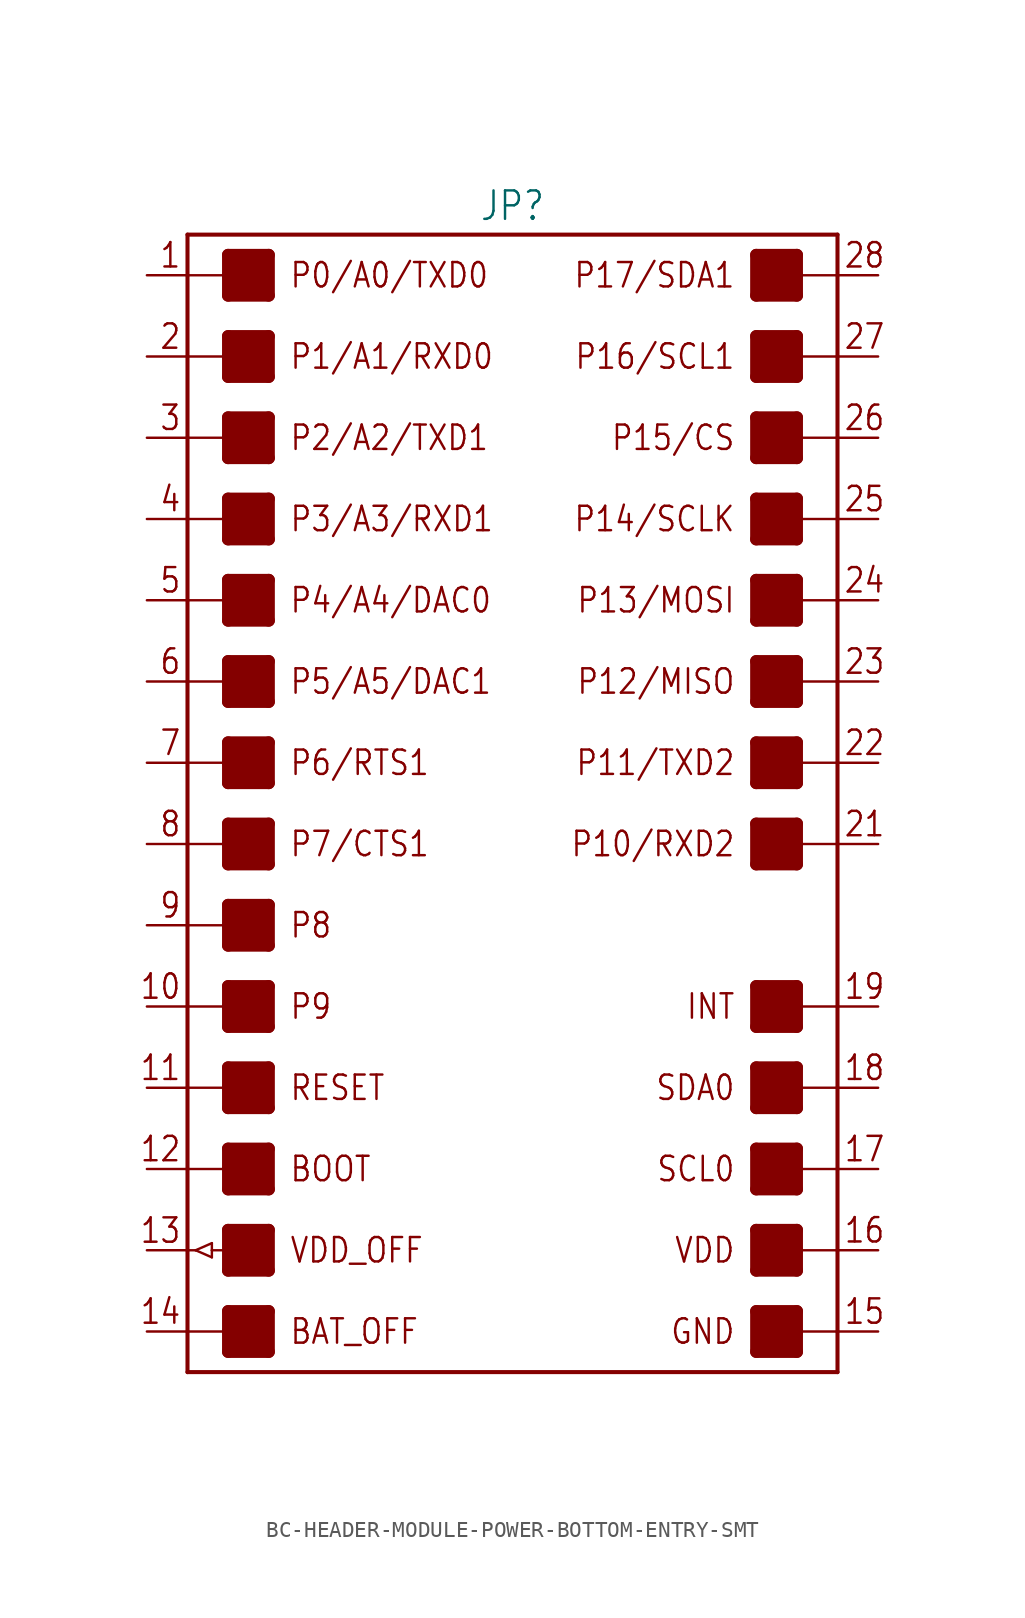
<source format=kicad_sym>
(kicad_symbol_lib
  (version 20231120)
  (generator "kicad_symbol_editor")
  (generator_version "8.0")
  (symbol "BC-HEADER-MODULE-POWER-BOTTOM-ENTRY-SMT"
    (property "Reference" "JP"
      (at 0 36.322 0)
      (effects (font (size 1.778 1.511)) (justify bottom)))
    (property "Value" ""
      (at 0 -36.322 0)
      (effects (font (size 1.778 1.511)) (justify top)))
    (property "ki_locked" ""
      (at 0 0 0)
      (effects (font (size 1.27 1.27))))
    (symbol "BC-HEADER-MODULE-POWER-BOTTOM-ENTRY-SMT_1_0"
      (rectangle (start -17.78 -34.29) (end -15.24 -31.75) (stroke (width 0) (type default)) (fill (type outline)))
      (rectangle (start -17.78 -29.21) (end -15.24 -26.67) (stroke (width 0) (type default)) (fill (type outline)))
      (rectangle (start -17.78 -24.13) (end -15.24 -21.59) (stroke (width 0) (type default)) (fill (type outline)))
      (rectangle (start -17.78 -19.05) (end -15.24 -16.51) (stroke (width 0) (type default)) (fill (type outline)))
      (rectangle (start -17.78 -13.97) (end -15.24 -11.43) (stroke (width 0) (type default)) (fill (type outline)))
      (rectangle (start -17.78 -8.89) (end -15.24 -6.35) (stroke (width 0) (type default)) (fill (type outline)))
      (rectangle (start -17.78 -3.81) (end -15.24 -1.27) (stroke (width 0) (type default)) (fill (type outline)))
      (rectangle (start -17.78 1.27) (end -15.24 3.81) (stroke (width 0) (type default)) (fill (type outline)))
      (rectangle (start -17.78 6.35) (end -15.24 8.89) (stroke (width 0) (type default)) (fill (type outline)))
      (rectangle (start -17.78 11.43) (end -15.24 13.97) (stroke (width 0) (type default)) (fill (type outline)))
      (rectangle (start -17.78 16.51) (end -15.24 19.05) (stroke (width 0) (type default)) (fill (type outline)))
      (rectangle (start -17.78 21.59) (end -15.24 24.13) (stroke (width 0) (type default)) (fill (type outline)))
      (rectangle (start -17.78 26.67) (end -15.24 29.21) (stroke (width 0) (type default)) (fill (type outline)))
      (rectangle (start -17.78 31.75) (end -15.24 34.29) (stroke (width 0) (type default)) (fill (type outline)))
      (polyline (pts (xy -20.32 -33.02) (xy -20.32 -35.56)) (stroke (width 0.254) (type solid)) (fill (type none)))
      (polyline (pts (xy -20.32 -33.02) (xy -17.78 -33.02)) (stroke (width 0.152) (type solid)) (fill (type none)))
      (polyline (pts (xy -20.32 -27.94) (xy -20.32 -33.02)) (stroke (width 0.254) (type solid)) (fill (type none)))
      (polyline (pts (xy -20.32 -27.94) (xy -19.812 -27.94)) (stroke (width 0.152) (type solid)) (fill (type none)))
      (polyline (pts (xy -20.32 -22.86) (xy -20.32 -27.94)) (stroke (width 0.254) (type solid)) (fill (type none)))
      (polyline (pts (xy -20.32 -22.86) (xy -17.78 -22.86)) (stroke (width 0.152) (type solid)) (fill (type none)))
      (polyline (pts (xy -20.32 -17.78) (xy -20.32 -22.86)) (stroke (width 0.254) (type solid)) (fill (type none)))
      (polyline (pts (xy -20.32 -17.78) (xy -17.78 -17.78)) (stroke (width 0.152) (type solid)) (fill (type none)))
      (polyline (pts (xy -20.32 -12.7) (xy -20.32 -17.78)) (stroke (width 0.254) (type solid)) (fill (type none)))
      (polyline (pts (xy -20.32 -12.7) (xy -17.78 -12.7)) (stroke (width 0.152) (type solid)) (fill (type none)))
      (polyline (pts (xy -20.32 -7.62) (xy -20.32 -12.7)) (stroke (width 0.254) (type solid)) (fill (type none)))
      (polyline (pts (xy -20.32 -7.62) (xy -17.78 -7.62)) (stroke (width 0.152) (type solid)) (fill (type none)))
      (polyline (pts (xy -20.32 -2.54) (xy -20.32 -7.62)) (stroke (width 0.254) (type solid)) (fill (type none)))
      (polyline (pts (xy -20.32 -2.54) (xy -17.78 -2.54)) (stroke (width 0.152) (type solid)) (fill (type none)))
      (polyline (pts (xy -20.32 2.54) (xy -20.32 -2.54)) (stroke (width 0.254) (type solid)) (fill (type none)))
      (polyline (pts (xy -20.32 2.54) (xy -17.78 2.54)) (stroke (width 0.152) (type solid)) (fill (type none)))
      (polyline (pts (xy -20.32 7.62) (xy -20.32 2.54)) (stroke (width 0.254) (type solid)) (fill (type none)))
      (polyline (pts (xy -20.32 7.62) (xy -17.78 7.62)) (stroke (width 0.152) (type solid)) (fill (type none)))
      (polyline (pts (xy -20.32 12.7) (xy -20.32 7.62)) (stroke (width 0.254) (type solid)) (fill (type none)))
      (polyline (pts (xy -20.32 12.7) (xy -17.78 12.7)) (stroke (width 0.152) (type solid)) (fill (type none)))
      (polyline (pts (xy -20.32 17.78) (xy -20.32 12.7)) (stroke (width 0.254) (type solid)) (fill (type none)))
      (polyline (pts (xy -20.32 17.78) (xy -17.78 17.78)) (stroke (width 0.152) (type solid)) (fill (type none)))
      (polyline (pts (xy -20.32 22.86) (xy -20.32 17.78)) (stroke (width 0.254) (type solid)) (fill (type none)))
      (polyline (pts (xy -20.32 22.86) (xy -17.78 22.86)) (stroke (width 0.152) (type solid)) (fill (type none)))
      (polyline (pts (xy -20.32 27.94) (xy -20.32 22.86)) (stroke (width 0.254) (type solid)) (fill (type none)))
      (polyline (pts (xy -20.32 27.94) (xy -17.78 27.94)) (stroke (width 0.152) (type solid)) (fill (type none)))
      (polyline (pts (xy -20.32 33.02) (xy -20.32 27.94)) (stroke (width 0.254) (type solid)) (fill (type none)))
      (polyline (pts (xy -20.32 33.02) (xy -17.78 33.02)) (stroke (width 0.152) (type solid)) (fill (type none)))
      (polyline (pts (xy -20.32 35.56) (xy -20.32 33.02)) (stroke (width 0.254) (type solid)) (fill (type none)))
      (polyline (pts (xy -20.32 35.56) (xy 20.32 35.56)) (stroke (width 0.254) (type solid)) (fill (type none)))
      (polyline (pts (xy -19.812 -27.94) (xy -18.796 -27.495)) (stroke (width 0.152) (type solid)) (fill (type none)))
      (polyline (pts (xy -18.796 -28.384) (xy -19.812 -27.94)) (stroke (width 0.152) (type solid)) (fill (type none)))
      (polyline (pts (xy -18.796 -27.94) (xy -18.796 -28.384)) (stroke (width 0.152) (type solid)) (fill (type none)))
      (polyline (pts (xy -18.796 -27.495) (xy -18.796 -27.94)) (stroke (width 0.152) (type solid)) (fill (type none)))
      (polyline (pts (xy -17.78 -34.29) (xy -15.24 -34.29)) (stroke (width 0.762) (type solid)) (fill (type none)))
      (polyline (pts (xy -17.78 -33.02) (xy -17.78 -34.29)) (stroke (width 0.762) (type solid)) (fill (type none)))
      (polyline (pts (xy -17.78 -31.75) (xy -17.78 -33.02)) (stroke (width 0.762) (type solid)) (fill (type none)))
      (polyline (pts (xy -17.78 -31.75) (xy -15.24 -31.75)) (stroke (width 0.762) (type solid)) (fill (type none)))
      (polyline (pts (xy -17.78 -29.21) (xy -15.24 -29.21)) (stroke (width 0.762) (type solid)) (fill (type none)))
      (polyline (pts (xy -17.78 -26.67) (xy -17.78 -29.21)) (stroke (width 0.762) (type solid)) (fill (type none)))
      (polyline (pts (xy -17.78 -26.67) (xy -15.24 -26.67)) (stroke (width 0.762) (type solid)) (fill (type none)))
      (polyline (pts (xy -17.78 -24.13) (xy -15.24 -24.13)) (stroke (width 0.762) (type solid)) (fill (type none)))
      (polyline (pts (xy -17.78 -22.86) (xy -17.78 -24.13)) (stroke (width 0.762) (type solid)) (fill (type none)))
      (polyline (pts (xy -17.78 -21.59) (xy -17.78 -22.86)) (stroke (width 0.762) (type solid)) (fill (type none)))
      (polyline (pts (xy -17.78 -21.59) (xy -15.24 -21.59)) (stroke (width 0.762) (type solid)) (fill (type none)))
      (polyline (pts (xy -17.78 -19.05) (xy -15.24 -19.05)) (stroke (width 0.762) (type solid)) (fill (type none)))
      (polyline (pts (xy -17.78 -17.78) (xy -17.78 -19.05)) (stroke (width 0.762) (type solid)) (fill (type none)))
      (polyline (pts (xy -17.78 -16.51) (xy -17.78 -17.78)) (stroke (width 0.762) (type solid)) (fill (type none)))
      (polyline (pts (xy -17.78 -16.51) (xy -15.24 -16.51)) (stroke (width 0.762) (type solid)) (fill (type none)))
      (polyline (pts (xy -17.78 -13.97) (xy -15.24 -13.97)) (stroke (width 0.762) (type solid)) (fill (type none)))
      (polyline (pts (xy -17.78 -12.7) (xy -17.78 -13.97)) (stroke (width 0.762) (type solid)) (fill (type none)))
      (polyline (pts (xy -17.78 -11.43) (xy -17.78 -12.7)) (stroke (width 0.762) (type solid)) (fill (type none)))
      (polyline (pts (xy -17.78 -11.43) (xy -15.24 -11.43)) (stroke (width 0.762) (type solid)) (fill (type none)))
      (polyline (pts (xy -17.78 -8.89) (xy -15.24 -8.89)) (stroke (width 0.762) (type solid)) (fill (type none)))
      (polyline (pts (xy -17.78 -7.62) (xy -17.78 -8.89)) (stroke (width 0.762) (type solid)) (fill (type none)))
      (polyline (pts (xy -17.78 -6.35) (xy -17.78 -7.62)) (stroke (width 0.762) (type solid)) (fill (type none)))
      (polyline (pts (xy -17.78 -6.35) (xy -15.24 -6.35)) (stroke (width 0.762) (type solid)) (fill (type none)))
      (polyline (pts (xy -17.78 -3.81) (xy -15.24 -3.81)) (stroke (width 0.762) (type solid)) (fill (type none)))
      (polyline (pts (xy -17.78 -2.54) (xy -17.78 -3.81)) (stroke (width 0.762) (type solid)) (fill (type none)))
      (polyline (pts (xy -17.78 -1.27) (xy -17.78 -2.54)) (stroke (width 0.762) (type solid)) (fill (type none)))
      (polyline (pts (xy -17.78 -1.27) (xy -15.24 -1.27)) (stroke (width 0.762) (type solid)) (fill (type none)))
      (polyline (pts (xy -17.78 1.27) (xy -15.24 1.27)) (stroke (width 0.762) (type solid)) (fill (type none)))
      (polyline (pts (xy -17.78 2.54) (xy -17.78 1.27)) (stroke (width 0.762) (type solid)) (fill (type none)))
      (polyline (pts (xy -17.78 3.81) (xy -17.78 2.54)) (stroke (width 0.762) (type solid)) (fill (type none)))
      (polyline (pts (xy -17.78 3.81) (xy -15.24 3.81)) (stroke (width 0.762) (type solid)) (fill (type none)))
      (polyline (pts (xy -17.78 6.35) (xy -15.24 6.35)) (stroke (width 0.762) (type solid)) (fill (type none)))
      (polyline (pts (xy -17.78 7.62) (xy -17.78 6.35)) (stroke (width 0.762) (type solid)) (fill (type none)))
      (polyline (pts (xy -17.78 8.89) (xy -17.78 7.62)) (stroke (width 0.762) (type solid)) (fill (type none)))
      (polyline (pts (xy -17.78 8.89) (xy -15.24 8.89)) (stroke (width 0.762) (type solid)) (fill (type none)))
      (polyline (pts (xy -17.78 11.43) (xy -15.24 11.43)) (stroke (width 0.762) (type solid)) (fill (type none)))
      (polyline (pts (xy -17.78 12.7) (xy -17.78 11.43)) (stroke (width 0.762) (type solid)) (fill (type none)))
      (polyline (pts (xy -17.78 13.97) (xy -17.78 12.7)) (stroke (width 0.762) (type solid)) (fill (type none)))
      (polyline (pts (xy -17.78 13.97) (xy -15.24 13.97)) (stroke (width 0.762) (type solid)) (fill (type none)))
      (polyline (pts (xy -17.78 16.51) (xy -15.24 16.51)) (stroke (width 0.762) (type solid)) (fill (type none)))
      (polyline (pts (xy -17.78 17.78) (xy -17.78 16.51)) (stroke (width 0.762) (type solid)) (fill (type none)))
      (polyline (pts (xy -17.78 19.05) (xy -17.78 17.78)) (stroke (width 0.762) (type solid)) (fill (type none)))
      (polyline (pts (xy -17.78 19.05) (xy -15.24 19.05)) (stroke (width 0.762) (type solid)) (fill (type none)))
      (polyline (pts (xy -17.78 21.59) (xy -15.24 21.59)) (stroke (width 0.762) (type solid)) (fill (type none)))
      (polyline (pts (xy -17.78 22.86) (xy -17.78 21.59)) (stroke (width 0.762) (type solid)) (fill (type none)))
      (polyline (pts (xy -17.78 24.13) (xy -17.78 22.86)) (stroke (width 0.762) (type solid)) (fill (type none)))
      (polyline (pts (xy -17.78 24.13) (xy -15.24 24.13)) (stroke (width 0.762) (type solid)) (fill (type none)))
      (polyline (pts (xy -17.78 26.67) (xy -15.24 26.67)) (stroke (width 0.762) (type solid)) (fill (type none)))
      (polyline (pts (xy -17.78 27.94) (xy -17.78 26.67)) (stroke (width 0.762) (type solid)) (fill (type none)))
      (polyline (pts (xy -17.78 29.21) (xy -17.78 27.94)) (stroke (width 0.762) (type solid)) (fill (type none)))
      (polyline (pts (xy -17.78 29.21) (xy -15.24 29.21)) (stroke (width 0.762) (type solid)) (fill (type none)))
      (polyline (pts (xy -17.78 31.75) (xy -15.24 31.75)) (stroke (width 0.762) (type solid)) (fill (type none)))
      (polyline (pts (xy -17.78 33.02) (xy -17.78 31.75)) (stroke (width 0.762) (type solid)) (fill (type none)))
      (polyline (pts (xy -17.78 34.29) (xy -17.78 33.02)) (stroke (width 0.762) (type solid)) (fill (type none)))
      (polyline (pts (xy -17.78 34.29) (xy -15.24 34.29)) (stroke (width 0.762) (type solid)) (fill (type none)))
      (polyline (pts (xy -16.51 -27.94) (xy -18.796 -27.94)) (stroke (width 0.152) (type solid)) (fill (type none)))
      (polyline (pts (xy -15.24 -34.29) (xy -15.24 -31.75)) (stroke (width 0.762) (type solid)) (fill (type none)))
      (polyline (pts (xy -15.24 -29.21) (xy -15.24 -26.67)) (stroke (width 0.762) (type solid)) (fill (type none)))
      (polyline (pts (xy -15.24 -24.13) (xy -15.24 -21.59)) (stroke (width 0.762) (type solid)) (fill (type none)))
      (polyline (pts (xy -15.24 -19.05) (xy -15.24 -16.51)) (stroke (width 0.762) (type solid)) (fill (type none)))
      (polyline (pts (xy -15.24 -13.97) (xy -15.24 -11.43)) (stroke (width 0.762) (type solid)) (fill (type none)))
      (polyline (pts (xy -15.24 -8.89) (xy -15.24 -6.35)) (stroke (width 0.762) (type solid)) (fill (type none)))
      (polyline (pts (xy -15.24 -3.81) (xy -15.24 -1.27)) (stroke (width 0.762) (type solid)) (fill (type none)))
      (polyline (pts (xy -15.24 1.27) (xy -15.24 3.81)) (stroke (width 0.762) (type solid)) (fill (type none)))
      (polyline (pts (xy -15.24 6.35) (xy -15.24 8.89)) (stroke (width 0.762) (type solid)) (fill (type none)))
      (polyline (pts (xy -15.24 11.43) (xy -15.24 13.97)) (stroke (width 0.762) (type solid)) (fill (type none)))
      (polyline (pts (xy -15.24 16.51) (xy -15.24 19.05)) (stroke (width 0.762) (type solid)) (fill (type none)))
      (polyline (pts (xy -15.24 21.59) (xy -15.24 24.13)) (stroke (width 0.762) (type solid)) (fill (type none)))
      (polyline (pts (xy -15.24 26.67) (xy -15.24 29.21)) (stroke (width 0.762) (type solid)) (fill (type none)))
      (polyline (pts (xy -15.24 31.75) (xy -15.24 34.29)) (stroke (width 0.762) (type solid)) (fill (type none)))
      (polyline (pts (xy 15.24 -34.29) (xy 17.78 -34.29)) (stroke (width 0.762) (type solid)) (fill (type none)))
      (polyline (pts (xy 15.24 -31.75) (xy 15.24 -34.29)) (stroke (width 0.762) (type solid)) (fill (type none)))
      (polyline (pts (xy 15.24 -31.75) (xy 17.78 -31.75)) (stroke (width 0.762) (type solid)) (fill (type none)))
      (polyline (pts (xy 15.24 -29.21) (xy 17.78 -29.21)) (stroke (width 0.762) (type solid)) (fill (type none)))
      (polyline (pts (xy 15.24 -26.67) (xy 15.24 -29.21)) (stroke (width 0.762) (type solid)) (fill (type none)))
      (polyline (pts (xy 15.24 -26.67) (xy 17.78 -26.67)) (stroke (width 0.762) (type solid)) (fill (type none)))
      (polyline (pts (xy 15.24 -24.13) (xy 17.78 -24.13)) (stroke (width 0.762) (type solid)) (fill (type none)))
      (polyline (pts (xy 15.24 -21.59) (xy 15.24 -24.13)) (stroke (width 0.762) (type solid)) (fill (type none)))
      (polyline (pts (xy 15.24 -21.59) (xy 17.78 -21.59)) (stroke (width 0.762) (type solid)) (fill (type none)))
      (polyline (pts (xy 15.24 -19.05) (xy 17.78 -19.05)) (stroke (width 0.762) (type solid)) (fill (type none)))
      (polyline (pts (xy 15.24 -16.51) (xy 15.24 -19.05)) (stroke (width 0.762) (type solid)) (fill (type none)))
      (polyline (pts (xy 15.24 -16.51) (xy 17.78 -16.51)) (stroke (width 0.762) (type solid)) (fill (type none)))
      (polyline (pts (xy 15.24 -13.97) (xy 17.78 -13.97)) (stroke (width 0.762) (type solid)) (fill (type none)))
      (polyline (pts (xy 15.24 -11.43) (xy 15.24 -13.97)) (stroke (width 0.762) (type solid)) (fill (type none)))
      (polyline (pts (xy 15.24 -11.43) (xy 17.78 -11.43)) (stroke (width 0.762) (type solid)) (fill (type none)))
      (polyline (pts (xy 15.24 -3.81) (xy 17.78 -3.81)) (stroke (width 0.762) (type solid)) (fill (type none)))
      (polyline (pts (xy 15.24 -1.27) (xy 15.24 -3.81)) (stroke (width 0.762) (type solid)) (fill (type none)))
      (polyline (pts (xy 15.24 -1.27) (xy 17.78 -1.27)) (stroke (width 0.762) (type solid)) (fill (type none)))
      (polyline (pts (xy 15.24 1.27) (xy 17.78 1.27)) (stroke (width 0.762) (type solid)) (fill (type none)))
      (polyline (pts (xy 15.24 3.81) (xy 15.24 1.27)) (stroke (width 0.762) (type solid)) (fill (type none)))
      (polyline (pts (xy 15.24 3.81) (xy 17.78 3.81)) (stroke (width 0.762) (type solid)) (fill (type none)))
      (polyline (pts (xy 15.24 6.35) (xy 17.78 6.35)) (stroke (width 0.762) (type solid)) (fill (type none)))
      (polyline (pts (xy 15.24 8.89) (xy 15.24 6.35)) (stroke (width 0.762) (type solid)) (fill (type none)))
      (polyline (pts (xy 15.24 8.89) (xy 17.78 8.89)) (stroke (width 0.762) (type solid)) (fill (type none)))
      (polyline (pts (xy 15.24 11.43) (xy 17.78 11.43)) (stroke (width 0.762) (type solid)) (fill (type none)))
      (polyline (pts (xy 15.24 13.97) (xy 15.24 11.43)) (stroke (width 0.762) (type solid)) (fill (type none)))
      (polyline (pts (xy 15.24 13.97) (xy 17.78 13.97)) (stroke (width 0.762) (type solid)) (fill (type none)))
      (polyline (pts (xy 15.24 16.51) (xy 17.78 16.51)) (stroke (width 0.762) (type solid)) (fill (type none)))
      (polyline (pts (xy 15.24 19.05) (xy 15.24 16.51)) (stroke (width 0.762) (type solid)) (fill (type none)))
      (polyline (pts (xy 15.24 19.05) (xy 17.78 19.05)) (stroke (width 0.762) (type solid)) (fill (type none)))
      (polyline (pts (xy 15.24 21.59) (xy 17.78 21.59)) (stroke (width 0.762) (type solid)) (fill (type none)))
      (polyline (pts (xy 15.24 24.13) (xy 15.24 21.59)) (stroke (width 0.762) (type solid)) (fill (type none)))
      (polyline (pts (xy 15.24 24.13) (xy 17.78 24.13)) (stroke (width 0.762) (type solid)) (fill (type none)))
      (polyline (pts (xy 15.24 26.67) (xy 17.78 26.67)) (stroke (width 0.762) (type solid)) (fill (type none)))
      (polyline (pts (xy 15.24 29.21) (xy 15.24 26.67)) (stroke (width 0.762) (type solid)) (fill (type none)))
      (polyline (pts (xy 15.24 29.21) (xy 17.78 29.21)) (stroke (width 0.762) (type solid)) (fill (type none)))
      (polyline (pts (xy 15.24 31.75) (xy 17.78 31.75)) (stroke (width 0.762) (type solid)) (fill (type none)))
      (polyline (pts (xy 15.24 34.29) (xy 15.24 31.75)) (stroke (width 0.762) (type solid)) (fill (type none)))
      (polyline (pts (xy 15.24 34.29) (xy 17.78 34.29)) (stroke (width 0.762) (type solid)) (fill (type none)))
      (polyline (pts (xy 17.78 -34.29) (xy 17.78 -33.02)) (stroke (width 0.762) (type solid)) (fill (type none)))
      (polyline (pts (xy 17.78 -33.02) (xy 17.78 -31.75)) (stroke (width 0.762) (type solid)) (fill (type none)))
      (polyline (pts (xy 17.78 -33.02) (xy 20.32 -33.02)) (stroke (width 0.152) (type solid)) (fill (type none)))
      (polyline (pts (xy 17.78 -29.21) (xy 17.78 -27.94)) (stroke (width 0.762) (type solid)) (fill (type none)))
      (polyline (pts (xy 17.78 -27.94) (xy 17.78 -26.67)) (stroke (width 0.762) (type solid)) (fill (type none)))
      (polyline (pts (xy 17.78 -27.94) (xy 20.32 -27.94)) (stroke (width 0.152) (type solid)) (fill (type none)))
      (polyline (pts (xy 17.78 -24.13) (xy 17.78 -22.86)) (stroke (width 0.762) (type solid)) (fill (type none)))
      (polyline (pts (xy 17.78 -22.86) (xy 17.78 -21.59)) (stroke (width 0.762) (type solid)) (fill (type none)))
      (polyline (pts (xy 17.78 -22.86) (xy 20.32 -22.86)) (stroke (width 0.152) (type solid)) (fill (type none)))
      (polyline (pts (xy 17.78 -19.05) (xy 17.78 -17.78)) (stroke (width 0.762) (type solid)) (fill (type none)))
      (polyline (pts (xy 17.78 -17.78) (xy 17.78 -16.51)) (stroke (width 0.762) (type solid)) (fill (type none)))
      (polyline (pts (xy 17.78 -17.78) (xy 20.32 -17.78)) (stroke (width 0.152) (type solid)) (fill (type none)))
      (polyline (pts (xy 17.78 -13.97) (xy 17.78 -12.7)) (stroke (width 0.762) (type solid)) (fill (type none)))
      (polyline (pts (xy 17.78 -12.7) (xy 17.78 -11.43)) (stroke (width 0.762) (type solid)) (fill (type none)))
      (polyline (pts (xy 17.78 -12.7) (xy 20.32 -12.7)) (stroke (width 0.152) (type solid)) (fill (type none)))
      (polyline (pts (xy 17.78 -3.81) (xy 17.78 -2.54)) (stroke (width 0.762) (type solid)) (fill (type none)))
      (polyline (pts (xy 17.78 -2.54) (xy 17.78 -1.27)) (stroke (width 0.762) (type solid)) (fill (type none)))
      (polyline (pts (xy 17.78 -2.54) (xy 20.32 -2.54)) (stroke (width 0.152) (type solid)) (fill (type none)))
      (polyline (pts (xy 17.78 1.27) (xy 17.78 2.54)) (stroke (width 0.762) (type solid)) (fill (type none)))
      (polyline (pts (xy 17.78 2.54) (xy 17.78 3.81)) (stroke (width 0.762) (type solid)) (fill (type none)))
      (polyline (pts (xy 17.78 2.54) (xy 20.32 2.54)) (stroke (width 0.152) (type solid)) (fill (type none)))
      (polyline (pts (xy 17.78 6.35) (xy 17.78 7.62)) (stroke (width 0.762) (type solid)) (fill (type none)))
      (polyline (pts (xy 17.78 7.62) (xy 17.78 8.89)) (stroke (width 0.762) (type solid)) (fill (type none)))
      (polyline (pts (xy 17.78 7.62) (xy 20.32 7.62)) (stroke (width 0.152) (type solid)) (fill (type none)))
      (polyline (pts (xy 17.78 11.43) (xy 17.78 12.7)) (stroke (width 0.762) (type solid)) (fill (type none)))
      (polyline (pts (xy 17.78 12.7) (xy 17.78 13.97)) (stroke (width 0.762) (type solid)) (fill (type none)))
      (polyline (pts (xy 17.78 12.7) (xy 20.32 12.7)) (stroke (width 0.152) (type solid)) (fill (type none)))
      (polyline (pts (xy 17.78 16.51) (xy 17.78 17.78)) (stroke (width 0.762) (type solid)) (fill (type none)))
      (polyline (pts (xy 17.78 17.78) (xy 17.78 19.05)) (stroke (width 0.762) (type solid)) (fill (type none)))
      (polyline (pts (xy 17.78 17.78) (xy 20.32 17.78)) (stroke (width 0.152) (type solid)) (fill (type none)))
      (polyline (pts (xy 17.78 21.59) (xy 17.78 22.86)) (stroke (width 0.762) (type solid)) (fill (type none)))
      (polyline (pts (xy 17.78 22.86) (xy 17.78 24.13)) (stroke (width 0.762) (type solid)) (fill (type none)))
      (polyline (pts (xy 17.78 22.86) (xy 20.32 22.86)) (stroke (width 0.152) (type solid)) (fill (type none)))
      (polyline (pts (xy 17.78 26.67) (xy 17.78 27.94)) (stroke (width 0.762) (type solid)) (fill (type none)))
      (polyline (pts (xy 17.78 27.94) (xy 17.78 29.21)) (stroke (width 0.762) (type solid)) (fill (type none)))
      (polyline (pts (xy 17.78 27.94) (xy 20.32 27.94)) (stroke (width 0.152) (type solid)) (fill (type none)))
      (polyline (pts (xy 17.78 31.75) (xy 17.78 33.02)) (stroke (width 0.762) (type solid)) (fill (type none)))
      (polyline (pts (xy 17.78 33.02) (xy 17.78 34.29)) (stroke (width 0.762) (type solid)) (fill (type none)))
      (polyline (pts (xy 17.78 33.02) (xy 20.32 33.02)) (stroke (width 0.152) (type solid)) (fill (type none)))
      (polyline (pts (xy 20.32 -35.56) (xy -20.32 -35.56)) (stroke (width 0.254) (type solid)) (fill (type none)))
      (polyline (pts (xy 20.32 -33.02) (xy 20.32 -35.56)) (stroke (width 0.254) (type solid)) (fill (type none)))
      (polyline (pts (xy 20.32 -27.94) (xy 20.32 -33.02)) (stroke (width 0.254) (type solid)) (fill (type none)))
      (polyline (pts (xy 20.32 -22.86) (xy 20.32 -27.94)) (stroke (width 0.254) (type solid)) (fill (type none)))
      (polyline (pts (xy 20.32 -17.78) (xy 20.32 -22.86)) (stroke (width 0.254) (type solid)) (fill (type none)))
      (polyline (pts (xy 20.32 -12.7) (xy 20.32 -17.78)) (stroke (width 0.254) (type solid)) (fill (type none)))
      (polyline (pts (xy 20.32 -2.54) (xy 20.32 -12.7)) (stroke (width 0.254) (type solid)) (fill (type none)))
      (polyline (pts (xy 20.32 2.54) (xy 20.32 -2.54)) (stroke (width 0.254) (type solid)) (fill (type none)))
      (polyline (pts (xy 20.32 7.62) (xy 20.32 2.54)) (stroke (width 0.254) (type solid)) (fill (type none)))
      (polyline (pts (xy 20.32 12.7) (xy 20.32 7.62)) (stroke (width 0.254) (type solid)) (fill (type none)))
      (polyline (pts (xy 20.32 17.78) (xy 20.32 12.7)) (stroke (width 0.254) (type solid)) (fill (type none)))
      (polyline (pts (xy 20.32 22.86) (xy 20.32 17.78)) (stroke (width 0.254) (type solid)) (fill (type none)))
      (polyline (pts (xy 20.32 27.94) (xy 20.32 22.86)) (stroke (width 0.254) (type solid)) (fill (type none)))
      (polyline (pts (xy 20.32 33.02) (xy 20.32 27.94)) (stroke (width 0.254) (type solid)) (fill (type none)))
      (polyline (pts (xy 20.32 35.56) (xy 20.32 33.02)) (stroke (width 0.254) (type solid)) (fill (type none)))
      (rectangle (start 15.24 -34.29) (end 17.78 -31.75) (stroke (width 0) (type default)) (fill (type outline)))
      (rectangle (start 15.24 -29.21) (end 17.78 -26.67) (stroke (width 0) (type default)) (fill (type outline)))
      (rectangle (start 15.24 -24.13) (end 17.78 -21.59) (stroke (width 0) (type default)) (fill (type outline)))
      (rectangle (start 15.24 -19.05) (end 17.78 -16.51) (stroke (width 0) (type default)) (fill (type outline)))
      (rectangle (start 15.24 -13.97) (end 17.78 -11.43) (stroke (width 0) (type default)) (fill (type outline)))
      (rectangle (start 15.24 -3.81) (end 17.78 -1.27) (stroke (width 0) (type default)) (fill (type outline)))
      (rectangle (start 15.24 1.27) (end 17.78 3.81) (stroke (width 0) (type default)) (fill (type outline)))
      (rectangle (start 15.24 6.35) (end 17.78 8.89) (stroke (width 0) (type default)) (fill (type outline)))
      (rectangle (start 15.24 11.43) (end 17.78 13.97) (stroke (width 0) (type default)) (fill (type outline)))
      (rectangle (start 15.24 16.51) (end 17.78 19.05) (stroke (width 0) (type default)) (fill (type outline)))
      (rectangle (start 15.24 21.59) (end 17.78 24.13) (stroke (width 0) (type default)) (fill (type outline)))
      (rectangle (start 15.24 26.67) (end 17.78 29.21) (stroke (width 0) (type default)) (fill (type outline)))
      (rectangle (start 15.24 31.75) (end 17.78 34.29) (stroke (width 0) (type default)) (fill (type outline)))
      (text "1" (at -20.676 33.376 0) (effects (font (size 1.524 1.295)) (justify right bottom)))
      (text "10" (at -20.676 -12.344 0) (effects (font (size 1.524 1.295)) (justify right bottom)))
      (text "11" (at -20.676 -17.424 0) (effects (font (size 1.524 1.295)) (justify right bottom)))
      (text "12" (at -20.676 -22.504 0) (effects (font (size 1.524 1.295)) (justify right bottom)))
      (text "13" (at -20.676 -27.6 0) (effects (font (size 1.524 1.295)) (justify right bottom)))
      (text "14" (at -20.676 -32.664 0) (effects (font (size 1.524 1.295)) (justify right bottom)))
      (text "15" (at 20.676 -32.664 0) (effects (font (size 1.524 1.295)) (justify left bottom)))
      (text "16" (at 20.676 -27.584 0) (effects (font (size 1.524 1.295)) (justify left bottom)))
      (text "17" (at 20.676 -22.504 0) (effects (font (size 1.524 1.295)) (justify left bottom)))
      (text "18" (at 20.676 -17.424 0) (effects (font (size 1.524 1.295)) (justify left bottom)))
      (text "19" (at 20.676 -12.344 0) (effects (font (size 1.524 1.295)) (justify left bottom)))
      (text "2" (at -20.676 28.296 0) (effects (font (size 1.524 1.295)) (justify right bottom)))
      (text "21" (at 20.676 -2.184 0) (effects (font (size 1.524 1.295)) (justify left bottom)))
      (text "22" (at 20.676 2.896 0) (effects (font (size 1.524 1.295)) (justify left bottom)))
      (text "23" (at 20.676 7.976 0) (effects (font (size 1.524 1.295)) (justify left bottom)))
      (text "24" (at 20.676 13.056 0) (effects (font (size 1.524 1.295)) (justify left bottom)))
      (text "25" (at 20.676 18.136 0) (effects (font (size 1.524 1.295)) (justify left bottom)))
      (text "26" (at 20.676 23.216 0) (effects (font (size 1.524 1.295)) (justify left bottom)))
      (text "27" (at 20.676 28.296 0) (effects (font (size 1.524 1.295)) (justify left bottom)))
      (text "28" (at 20.676 33.376 0) (effects (font (size 1.524 1.295)) (justify left bottom)))
      (text "3" (at -20.676 23.216 0) (effects (font (size 1.524 1.295)) (justify right bottom)))
      (text "4" (at -20.676 18.136 0) (effects (font (size 1.524 1.295)) (justify right bottom)))
      (text "5" (at -20.676 13.056 0) (effects (font (size 1.524 1.295)) (justify right bottom)))
      (text "6" (at -20.676 7.976 0) (effects (font (size 1.524 1.295)) (justify right bottom)))
      (text "7" (at -20.676 2.896 0) (effects (font (size 1.524 1.295)) (justify right bottom)))
      (text "8" (at -20.676 -2.184 0) (effects (font (size 1.524 1.295)) (justify right bottom)))
      (text "9" (at -20.676 -7.264 0) (effects (font (size 1.524 1.295)) (justify right bottom)))
      (text "BAT_OFF" (at -13.97 -33.02 0) (effects (font (size 1.524 1.295)) (justify left)))
      (text "BOOT" (at -13.97 -22.86 0) (effects (font (size 1.524 1.295)) (justify left)))
      (text "GND" (at 13.97 -33.02 0) (effects (font (size 1.524 1.295)) (justify right)))
      (text "INT" (at 13.97 -12.7 0) (effects (font (size 1.524 1.295)) (justify right)))
      (text "P0/A0/TXD0" (at -13.97 33.02 0) (effects (font (size 1.524 1.295)) (justify left)))
      (text "P1/A1/RXD0" (at -13.97 27.94 0) (effects (font (size 1.524 1.295)) (justify left)))
      (text "P10/RXD2" (at 13.97 -2.54 0) (effects (font (size 1.524 1.295)) (justify right)))
      (text "P11/TXD2" (at 13.97 2.54 0) (effects (font (size 1.524 1.295)) (justify right)))
      (text "P12/MISO" (at 13.97 7.62 0) (effects (font (size 1.524 1.295)) (justify right)))
      (text "P13/MOSI" (at 13.97 12.7 0) (effects (font (size 1.524 1.295)) (justify right)))
      (text "P14/SCLK" (at 13.97 17.78 0) (effects (font (size 1.524 1.295)) (justify right)))
      (text "P15/CS" (at 13.97 22.86 0) (effects (font (size 1.524 1.295)) (justify right)))
      (text "P16/SCL1" (at 13.97 27.94 0) (effects (font (size 1.524 1.295)) (justify right)))
      (text "P17/SDA1" (at 13.97 33.02 0) (effects (font (size 1.524 1.295)) (justify right)))
      (text "P2/A2/TXD1" (at -13.97 22.86 0) (effects (font (size 1.524 1.295)) (justify left)))
      (text "P3/A3/RXD1" (at -13.97 17.78 0) (effects (font (size 1.524 1.295)) (justify left)))
      (text "P4/A4/DAC0" (at -13.97 12.7 0) (effects (font (size 1.524 1.295)) (justify left)))
      (text "P5/A5/DAC1" (at -13.97 7.62 0) (effects (font (size 1.524 1.295)) (justify left)))
      (text "P6/RTS1" (at -13.97 2.54 0) (effects (font (size 1.524 1.295)) (justify left)))
      (text "P7/CTS1" (at -13.97 -2.54 0) (effects (font (size 1.524 1.295)) (justify left)))
      (text "P8" (at -13.97 -7.62 0) (effects (font (size 1.524 1.295)) (justify left)))
      (text "P9" (at -13.97 -12.7 0) (effects (font (size 1.524 1.295)) (justify left)))
      (text "RESET" (at -13.97 -17.78 0) (effects (font (size 1.524 1.295)) (justify left)))
      (text "SCL0" (at 13.97 -22.86 0) (effects (font (size 1.524 1.295)) (justify right)))
      (text "SDA0" (at 13.97 -17.78 0) (effects (font (size 1.524 1.295)) (justify right)))
      (text "VDD" (at 13.97 -27.94 0) (effects (font (size 1.524 1.295)) (justify right)))
      (text "VDD_OFF" (at -13.97 -27.94 0) (effects (font (size 1.524 1.295)) (justify left)))
      (pin passive line (at -22.86 33.02 0) (length 2.54) (name "P0/A0/TXD0" (effects (font (size 0 0)))) (number "1" (effects (font (size 0 0)))))
      (pin passive line (at -22.86 -12.7 0) (length 2.54) (name "P9" (effects (font (size 0 0)))) (number "10" (effects (font (size 0 0)))))
      (pin passive line (at -22.86 -17.78 0) (length 2.54) (name "RESET" (effects (font (size 0 0)))) (number "11" (effects (font (size 0 0)))))
      (pin passive line (at -22.86 -22.86 0) (length 2.54) (name "BOOT" (effects (font (size 0 0)))) (number "12" (effects (font (size 0 0)))))
      (pin passive line (at -22.86 -27.94 0) (length 2.54) (name "VDD_OFF_OUT" (effects (font (size 0 0)))) (number "13" (effects (font (size 0 0)))))
      (pin passive line (at -22.86 -33.02 0) (length 2.54) (name "BAT_OFF" (effects (font (size 0 0)))) (number "14" (effects (font (size 0 0)))))
      (pin passive line (at 22.86 -33.02 180) (length 2.54) (name "GND" (effects (font (size 0 0)))) (number "15" (effects (font (size 0 0)))))
      (pin passive line (at 22.86 -27.94 180) (length 2.54) (name "VDD" (effects (font (size 0 0)))) (number "16" (effects (font (size 0 0)))))
      (pin passive line (at 22.86 -22.86 180) (length 2.54) (name "SCL0" (effects (font (size 0 0)))) (number "17" (effects (font (size 0 0)))))
      (pin passive line (at 22.86 -17.78 180) (length 2.54) (name "SDA0" (effects (font (size 0 0)))) (number "18" (effects (font (size 0 0)))))
      (pin passive line (at 22.86 -12.7 180) (length 2.54) (name "INT" (effects (font (size 0 0)))) (number "19" (effects (font (size 0 0)))))
      (pin passive line (at -22.86 27.94 0) (length 2.54) (name "P1/A1/RXD0" (effects (font (size 0 0)))) (number "2" (effects (font (size 0 0)))))
      (pin passive line (at 22.86 -2.54 180) (length 2.54) (name "P10/RXD2" (effects (font (size 0 0)))) (number "21" (effects (font (size 0 0)))))
      (pin passive line (at 22.86 2.54 180) (length 2.54) (name "P11/TXD2" (effects (font (size 0 0)))) (number "22" (effects (font (size 0 0)))))
      (pin passive line (at 22.86 7.62 180) (length 2.54) (name "P12/MISO" (effects (font (size 0 0)))) (number "23" (effects (font (size 0 0)))))
      (pin passive line (at 22.86 12.7 180) (length 2.54) (name "P13/MOSI" (effects (font (size 0 0)))) (number "24" (effects (font (size 0 0)))))
      (pin passive line (at 22.86 17.78 180) (length 2.54) (name "P14/SCLK" (effects (font (size 0 0)))) (number "25" (effects (font (size 0 0)))))
      (pin passive line (at 22.86 22.86 180) (length 2.54) (name "P15/CS" (effects (font (size 0 0)))) (number "26" (effects (font (size 0 0)))))
      (pin passive line (at 22.86 27.94 180) (length 2.54) (name "P16/SCL1" (effects (font (size 0 0)))) (number "27" (effects (font (size 0 0)))))
      (pin passive line (at 22.86 33.02 180) (length 2.54) (name "P17/SDA1" (effects (font (size 0 0)))) (number "28" (effects (font (size 0 0)))))
      (pin passive line (at -22.86 22.86 0) (length 2.54) (name "P2/A2/TXD1" (effects (font (size 0 0)))) (number "3" (effects (font (size 0 0)))))
      (pin passive line (at -22.86 17.78 0) (length 2.54) (name "P3/A3/RXD1" (effects (font (size 0 0)))) (number "4" (effects (font (size 0 0)))))
      (pin passive line (at -22.86 12.7 0) (length 2.54) (name "P4/A4/DAC0" (effects (font (size 0 0)))) (number "5" (effects (font (size 0 0)))))
      (pin passive line (at -22.86 7.62 0) (length 2.54) (name "P5/A5/DAC1" (effects (font (size 0 0)))) (number "6" (effects (font (size 0 0)))))
      (pin passive line (at -22.86 2.54 0) (length 2.54) (name "P6/RTS1" (effects (font (size 0 0)))) (number "7" (effects (font (size 0 0)))))
      (pin passive line (at -22.86 -2.54 0) (length 2.54) (name "P7/CTS1" (effects (font (size 0 0)))) (number "8" (effects (font (size 0 0)))))
      (pin passive line (at -22.86 -7.62 0) (length 2.54) (name "P8" (effects (font (size 0 0)))) (number "9" (effects (font (size 0 0))))))))
</source>
